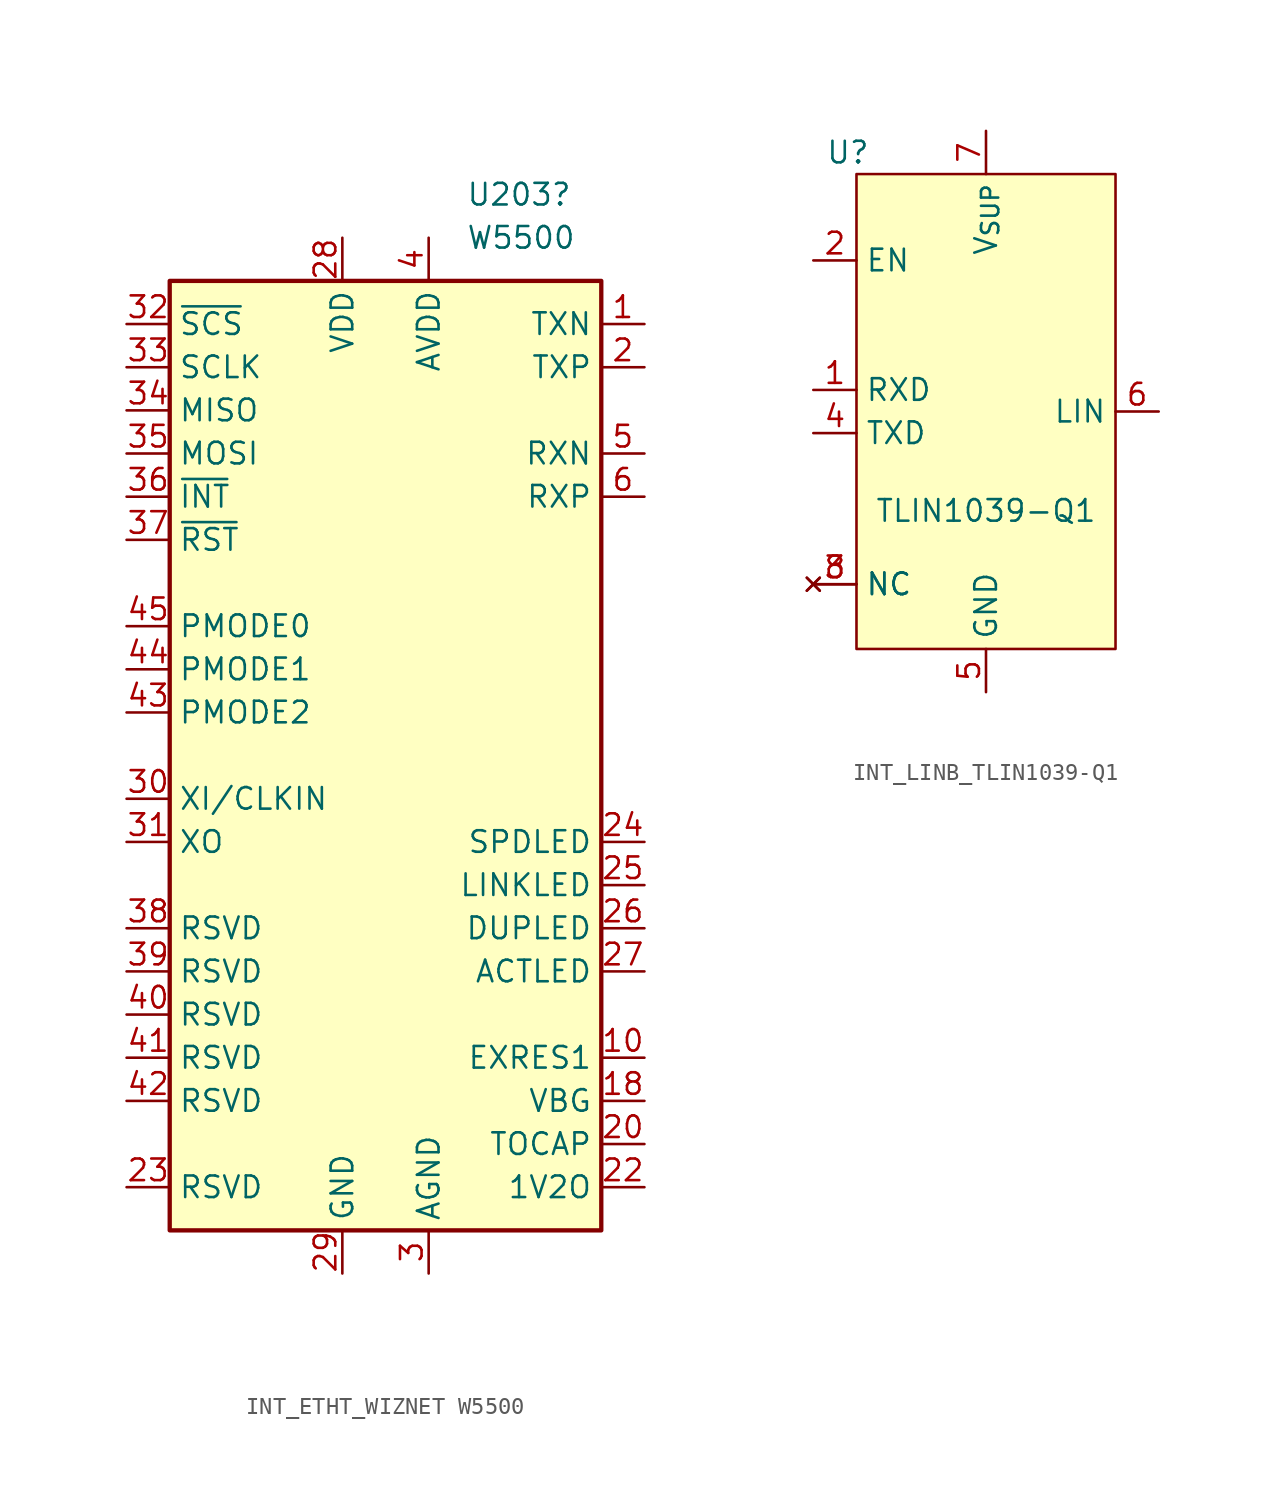
<source format=kicad_sym>
(kicad_symbol_lib
  (version 20231120)
  (generator "kicad_symbol_editor")
  (generator_version "8.0")
  (symbol "INT_ETHT_WIZNET W5500"
    (property "Reference" "U203"
      (at 4.734 33.02 0)
      (effects (font (size 1.27 1.27)) (justify left)))
    (property "Value" "W5500"
      (at 4.734 30.48 0)
      (effects (font (size 1.27 1.27)) (justify left)))
    (symbol "INT_ETHT_WIZNET W5500_0_1"
      (rectangle (start -12.7 27.94) (end 12.7 -27.94) (stroke (width 0.254) (type default)) (fill (type background))))
    (symbol "INT_ETHT_WIZNET W5500_1_1"
      (pin output line (at 15.24 25.4 180) (length 2.54) (name "TXN" (effects (font (size 1.27 1.27)))) (number "1" (effects (font (size 1.27 1.27)))))
      (pin passive line (at 15.24 -17.78 180) (length 2.54) (name "EXRES1" (effects (font (size 1.27 1.27)))) (number "10" (effects (font (size 1.27 1.27)))))
      (pin passive line (at 2.54 30.48 270) (length 2.54) hide (name "AVDD" (effects (font (size 1.27 1.27)))) (number "11" (effects (font (size 1.27 1.27)))))
      (pin no_connect line (at 12.7 7.62 180) (length 2.54) hide (name "NC" (effects (font (size 1.27 1.27)))) (number "12" (effects (font (size 1.27 1.27)))))
      (pin no_connect line (at 12.7 5.08 180) (length 2.54) hide (name "NC" (effects (font (size 1.27 1.27)))) (number "13" (effects (font (size 1.27 1.27)))))
      (pin passive line (at 2.54 -30.48 90) (length 2.54) hide (name "AGND" (effects (font (size 1.27 1.27)))) (number "14" (effects (font (size 1.27 1.27)))))
      (pin passive line (at 2.54 30.48 270) (length 2.54) hide (name "AVDD" (effects (font (size 1.27 1.27)))) (number "15" (effects (font (size 1.27 1.27)))))
      (pin passive line (at 2.54 -30.48 90) (length 2.54) hide (name "AGND" (effects (font (size 1.27 1.27)))) (number "16" (effects (font (size 1.27 1.27)))))
      (pin passive line (at 2.54 30.48 270) (length 2.54) hide (name "AVDD" (effects (font (size 1.27 1.27)))) (number "17" (effects (font (size 1.27 1.27)))))
      (pin passive line (at 15.24 -20.32 180) (length 2.54) (name "VBG" (effects (font (size 1.27 1.27)))) (number "18" (effects (font (size 1.27 1.27)))))
      (pin passive line (at 2.54 -30.48 90) (length 2.54) hide (name "AGND" (effects (font (size 1.27 1.27)))) (number "19" (effects (font (size 1.27 1.27)))))
      (pin output line (at 15.24 22.86 180) (length 2.54) (name "TXP" (effects (font (size 1.27 1.27)))) (number "2" (effects (font (size 1.27 1.27)))))
      (pin passive line (at 15.24 -22.86 180) (length 2.54) (name "TOCAP" (effects (font (size 1.27 1.27)))) (number "20" (effects (font (size 1.27 1.27)))))
      (pin passive line (at 2.54 30.48 270) (length 2.54) hide (name "AVDD" (effects (font (size 1.27 1.27)))) (number "21" (effects (font (size 1.27 1.27)))))
      (pin output line (at 15.24 -25.4 180) (length 2.54) (name "1V2O" (effects (font (size 1.27 1.27)))) (number "22" (effects (font (size 1.27 1.27)))))
      (pin input line (at -15.24 -25.4 0) (length 2.54) (name "RSVD" (effects (font (size 1.27 1.27)))) (number "23" (effects (font (size 1.27 1.27)))))
      (pin output line (at 15.24 -5.08 180) (length 2.54) (name "SPDLED" (effects (font (size 1.27 1.27)))) (number "24" (effects (font (size 1.27 1.27)))))
      (pin output line (at 15.24 -7.62 180) (length 2.54) (name "LINKLED" (effects (font (size 1.27 1.27)))) (number "25" (effects (font (size 1.27 1.27)))))
      (pin output line (at 15.24 -10.16 180) (length 2.54) (name "DUPLED" (effects (font (size 1.27 1.27)))) (number "26" (effects (font (size 1.27 1.27)))))
      (pin output line (at 15.24 -12.7 180) (length 2.54) (name "ACTLED" (effects (font (size 1.27 1.27)))) (number "27" (effects (font (size 1.27 1.27)))))
      (pin power_in line (at -2.54 30.48 270) (length 2.54) (name "VDD" (effects (font (size 1.27 1.27)))) (number "28" (effects (font (size 1.27 1.27)))))
      (pin power_in line (at -2.54 -30.48 90) (length 2.54) (name "GND" (effects (font (size 1.27 1.27)))) (number "29" (effects (font (size 1.27 1.27)))))
      (pin power_in line (at 2.54 -30.48 90) (length 2.54) (name "AGND" (effects (font (size 1.27 1.27)))) (number "3" (effects (font (size 1.27 1.27)))))
      (pin input line (at -15.24 -2.54 0) (length 2.54) (name "XI/CLKIN" (effects (font (size 1.27 1.27)))) (number "30" (effects (font (size 1.27 1.27)))))
      (pin output line (at -15.24 -5.08 0) (length 2.54) (name "XO" (effects (font (size 1.27 1.27)))) (number "31" (effects (font (size 1.27 1.27)))))
      (pin input line (at -15.24 25.4 0) (length 2.54) (name "~{SCS}" (effects (font (size 1.27 1.27)))) (number "32" (effects (font (size 1.27 1.27)))))
      (pin input line (at -15.24 22.86 0) (length 2.54) (name "SCLK" (effects (font (size 1.27 1.27)))) (number "33" (effects (font (size 1.27 1.27)))))
      (pin output line (at -15.24 20.32 0) (length 2.54) (name "MISO" (effects (font (size 1.27 1.27)))) (number "34" (effects (font (size 1.27 1.27)))))
      (pin input line (at -15.24 17.78 0) (length 2.54) (name "MOSI" (effects (font (size 1.27 1.27)))) (number "35" (effects (font (size 1.27 1.27)))))
      (pin input line (at -15.24 15.24 0) (length 2.54) (name "~{INT}" (effects (font (size 1.27 1.27)))) (number "36" (effects (font (size 1.27 1.27)))))
      (pin input line (at -15.24 12.7 0) (length 2.54) (name "~{RST}" (effects (font (size 1.27 1.27)))) (number "37" (effects (font (size 1.27 1.27)))))
      (pin input line (at -15.24 -10.16 0) (length 2.54) (name "RSVD" (effects (font (size 1.27 1.27)))) (number "38" (effects (font (size 1.27 1.27)))))
      (pin input line (at -15.24 -12.7 0) (length 2.54) (name "RSVD" (effects (font (size 1.27 1.27)))) (number "39" (effects (font (size 1.27 1.27)))))
      (pin power_in line (at 2.54 30.48 270) (length 2.54) (name "AVDD" (effects (font (size 1.27 1.27)))) (number "4" (effects (font (size 1.27 1.27)))))
      (pin input line (at -15.24 -15.24 0) (length 2.54) (name "RSVD" (effects (font (size 1.27 1.27)))) (number "40" (effects (font (size 1.27 1.27)))))
      (pin input line (at -15.24 -17.78 0) (length 2.54) (name "RSVD" (effects (font (size 1.27 1.27)))) (number "41" (effects (font (size 1.27 1.27)))))
      (pin input line (at -15.24 -20.32 0) (length 2.54) (name "RSVD" (effects (font (size 1.27 1.27)))) (number "42" (effects (font (size 1.27 1.27)))))
      (pin input line (at -15.24 2.54 0) (length 2.54) (name "PMODE2" (effects (font (size 1.27 1.27)))) (number "43" (effects (font (size 1.27 1.27)))))
      (pin input line (at -15.24 5.08 0) (length 2.54) (name "PMODE1" (effects (font (size 1.27 1.27)))) (number "44" (effects (font (size 1.27 1.27)))))
      (pin input line (at -15.24 7.62 0) (length 2.54) (name "PMODE0" (effects (font (size 1.27 1.27)))) (number "45" (effects (font (size 1.27 1.27)))))
      (pin no_connect line (at 12.7 2.54 180) (length 2.54) hide (name "NC" (effects (font (size 1.27 1.27)))) (number "46" (effects (font (size 1.27 1.27)))))
      (pin no_connect line (at 12.7 0 180) (length 2.54) hide (name "NC" (effects (font (size 1.27 1.27)))) (number "47" (effects (font (size 1.27 1.27)))))
      (pin passive line (at 2.54 -30.48 90) (length 2.54) hide (name "AGND" (effects (font (size 1.27 1.27)))) (number "48" (effects (font (size 1.27 1.27)))))
      (pin input line (at 15.24 17.78 180) (length 2.54) (name "RXN" (effects (font (size 1.27 1.27)))) (number "5" (effects (font (size 1.27 1.27)))))
      (pin input line (at 15.24 15.24 180) (length 2.54) (name "RXP" (effects (font (size 1.27 1.27)))) (number "6" (effects (font (size 1.27 1.27)))))
      (pin no_connect line (at 12.7 10.16 180) (length 2.54) hide (name "DNC" (effects (font (size 1.27 1.27)))) (number "7" (effects (font (size 1.27 1.27)))))
      (pin passive line (at 2.54 30.48 270) (length 2.54) hide (name "AVDD" (effects (font (size 1.27 1.27)))) (number "8" (effects (font (size 1.27 1.27)))))
      (pin passive line (at 2.54 -30.48 90) (length 2.54) hide (name "AGND" (effects (font (size 1.27 1.27)))) (number "9" (effects (font (size 1.27 1.27)))))))
  (symbol "INT_LINB_TLIN1039-Q1"
    (property "Reference" "U"
      (at -8.128 15.24 0)
      (effects (font (size 1.27 1.27))))
    (property "Value" "TLIN1039-Q1"
      (at 0 -5.842 0)
      (effects (font (size 1.27 1.27))))
    (symbol "INT_LINB_TLIN1039-Q1_1_1"
      (rectangle (start -7.62 13.97) (end 7.62 -13.97) (stroke (width 0) (type default) (color 132 0 0 1)) (fill (type background)))
      (pin output line (at -10.16 1.27 0) (length 2.54) (name "RXD" (effects (font (size 1.27 1.27)))) (number "1" (effects (font (size 1.27 1.27)))))
      (pin input line (at -10.16 8.89 0) (length 2.54) (name "EN" (effects (font (size 1.27 1.27)))) (number "2" (effects (font (size 1.27 1.27)))))
      (pin no_connect line (at -10.16 -10.16 0) (length 2.54) (name "NC" (effects (font (size 1.27 1.27)))) (number "3" (effects (font (size 1.27 1.27)))))
      (pin input line (at -10.16 -1.27 0) (length 2.54) (name "TXD" (effects (font (size 1.27 1.27)))) (number "4" (effects (font (size 1.27 1.27)))))
      (pin input line (at 0 -16.51 90) (length 2.54) (name "GND" (effects (font (size 1.27 1.27)))) (number "5" (effects (font (size 1.27 1.27)))))
      (pin bidirectional line (at 10.16 0 180) (length 2.54) (name "LIN" (effects (font (size 1.27 1.27)))) (number "6" (effects (font (size 1.27 1.27)))))
      (pin input line (at 0 16.51 270) (length 2.54) (name "V_{SUP}" (effects (font (size 1.27 1.27)))) (number "7" (effects (font (size 1.27 1.27)))))
      (pin no_connect line (at -10.16 -10.16 0) (length 2.54) (name "NC" (effects (font (size 1.27 1.27)))) (number "8" (effects (font (size 1.27 1.27))))))))
</source>
